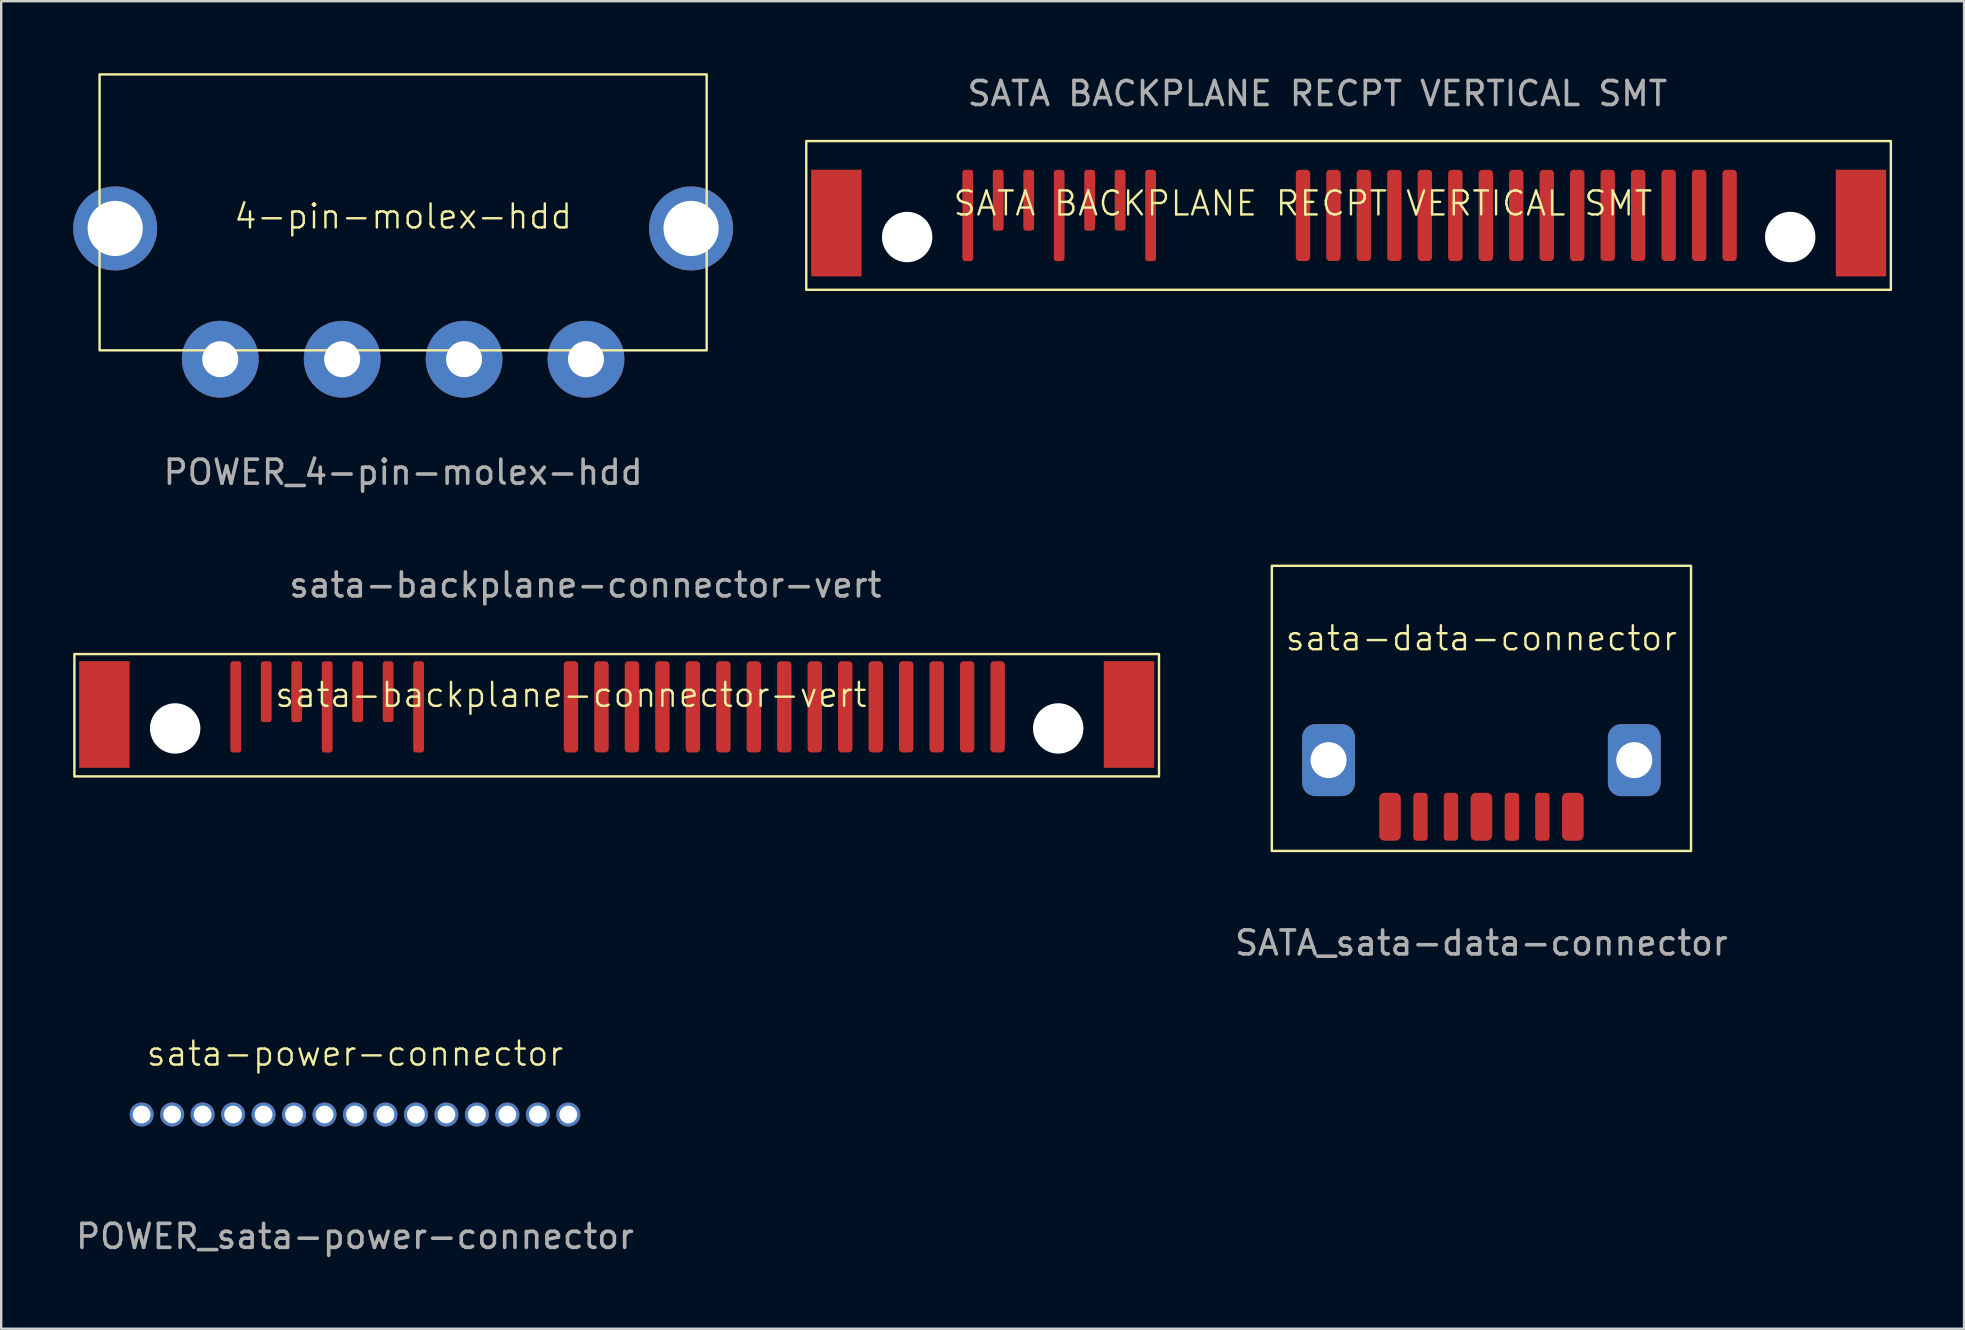
<source format=kicad_pcb>
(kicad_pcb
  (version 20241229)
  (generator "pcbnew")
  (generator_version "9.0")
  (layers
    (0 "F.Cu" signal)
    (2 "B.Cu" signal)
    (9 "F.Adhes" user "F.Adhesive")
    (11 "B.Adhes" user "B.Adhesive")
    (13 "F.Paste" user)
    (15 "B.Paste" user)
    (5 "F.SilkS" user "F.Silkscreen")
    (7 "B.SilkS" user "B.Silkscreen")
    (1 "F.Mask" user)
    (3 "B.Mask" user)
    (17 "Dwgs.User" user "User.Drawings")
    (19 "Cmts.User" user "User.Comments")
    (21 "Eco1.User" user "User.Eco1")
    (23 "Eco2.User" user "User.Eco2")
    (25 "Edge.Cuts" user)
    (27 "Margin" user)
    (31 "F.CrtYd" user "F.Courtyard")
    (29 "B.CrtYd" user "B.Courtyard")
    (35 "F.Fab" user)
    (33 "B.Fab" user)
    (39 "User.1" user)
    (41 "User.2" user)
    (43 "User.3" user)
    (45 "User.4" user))
  (footprint "sata-backplane-connector-vert"
    (layer "F.Cu")
    (at 23.885 26.407)
    (property "Reference" "sata-backplane-connector-vert" (at -3.14 -0.5 0) (unlocked yes) (layer "F.SilkS") (effects (font (size 1 1) (thickness 0.1))))
    (attr smd)
    (fp_rect (start 21.365 -2.2) (end -23.835 2.9) (stroke (width 0.1) (type default)) (fill no) (layer "F.SilkS"))
    (fp_text user "${REFERENCE}" (at -2.54 -5.08 0) (unlocked yes) (layer "F.Fab") (effects (font (size 1 1) (thickness 0.15))))
    (pad "" np_thru_hole circle (at -19.635 0.9) (size 2.1 2.1) (drill 2.1) (layers "*.Cu" "*.Mask"))
    (pad "" np_thru_hole circle (at 17.165 0.9) (size 2.1 2.1) (drill 2.1) (layers "*.Cu" "*.Mask"))
    (pad "1" smd roundrect (at -17.11 0.003) (size 0.45 3.805) (layers "F.Cu" "F.Mask" "F.Paste") (roundrect_rratio 0.25))
    (pad "2" smd roundrect (at -15.84 -0.632) (size 0.45 2.535) (layers "F.Cu" "F.Mask" "F.Paste") (roundrect_rratio 0.25))
    (pad "3" smd roundrect (at -14.57 -0.632) (size 0.45 2.535) (layers "F.Cu" "F.Mask" "F.Paste") (roundrect_rratio 0.25))
    (pad "4" smd roundrect (at -13.3 0.003) (size 0.45 3.805) (layers "F.Cu" "F.Mask" "F.Paste") (roundrect_rratio 0.25))
    (pad "5" smd roundrect (at -12.03 -0.632) (size 0.45 2.535) (layers "F.Cu" "F.Mask" "F.Paste") (roundrect_rratio 0.25))
    (pad "6" smd roundrect (at -10.76 -0.632) (size 0.45 2.535) (layers "F.Cu" "F.Mask" "F.Paste") (roundrect_rratio 0.25))
    (pad "7" smd roundrect (at -9.49 0.003) (size 0.45 3.805) (layers "F.Cu" "F.Mask" "F.Paste") (roundrect_rratio 0.25))
    (pad "8" smd roundrect (at -3.14 0) (size 0.6 3.8) (layers "F.Cu" "F.Mask" "F.Paste") (roundrect_rratio 0.25))
    (pad "9" smd roundrect (at -1.87 0) (size 0.6 3.8) (layers "F.Cu" "F.Mask" "F.Paste") (roundrect_rratio 0.25))
    (pad "10" smd roundrect (at -0.6 0) (size 0.6 3.8) (layers "F.Cu" "F.Mask" "F.Paste") (roundrect_rratio 0.25))
    (pad "11" smd roundrect (at 0.67 0) (size 0.6 3.8) (layers "F.Cu" "F.Mask" "F.Paste") (roundrect_rratio 0.25))
    (pad "12" smd roundrect (at 1.94 0) (size 0.6 3.8) (layers "F.Cu" "F.Mask" "F.Paste") (roundrect_rratio 0.25))
    (pad "13" smd roundrect (at 3.21 0) (size 0.6 3.8) (layers "F.Cu" "F.Mask" "F.Paste") (roundrect_rratio 0.25))
    (pad "14" smd roundrect (at 4.48 0) (size 0.6 3.8) (layers "F.Cu" "F.Mask" "F.Paste") (roundrect_rratio 0.25))
    (pad "15" smd roundrect (at 5.75 0) (size 0.6 3.8) (layers "F.Cu" "F.Mask" "F.Paste") (roundrect_rratio 0.25))
    (pad "16" smd roundrect (at 7.02 0) (size 0.6 3.8) (layers "F.Cu" "F.Mask" "F.Paste") (roundrect_rratio 0.25))
    (pad "17" smd roundrect (at 8.29 0) (size 0.6 3.8) (layers "F.Cu" "F.Mask" "F.Paste") (roundrect_rratio 0.25))
    (pad "18" smd roundrect (at 9.56 0) (size 0.6 3.8) (layers "F.Cu" "F.Mask" "F.Paste") (roundrect_rratio 0.25))
    (pad "19" smd roundrect (at 10.83 0) (size 0.6 3.8) (layers "F.Cu" "F.Mask" "F.Paste") (roundrect_rratio 0.25))
    (pad "20" smd roundrect (at 12.1 0) (size 0.6 3.8) (layers "F.Cu" "F.Mask" "F.Paste") (roundrect_rratio 0.25))
    (pad "21" smd roundrect (at 13.37 0) (size 0.6 3.8) (layers "F.Cu" "F.Mask" "F.Paste") (roundrect_rratio 0.25))
    (pad "22" smd roundrect (at 14.64 0) (size 0.6 3.8) (layers "F.Cu" "F.Mask" "F.Paste") (roundrect_rratio 0.25))
    (pad "23" smd rect (at -22.585 0.318) (size 2.1 4.445) (layers "F.Cu" "F.Mask" "F.Paste"))
    (pad "24" smd rect (at 20.115 0.318) (size 2.1 4.445) (layers "F.Cu" "F.Mask" "F.Paste")))
  (footprint "SATA BACKPLANE RECPT VERTICAL SMT"
    (layer "F.Cu")
    (at 54.39 5.928)
    (property "Reference" "SATA BACKPLANE RECPT VERTICAL SMT" (at -3.14 -0.5 0) (unlocked yes) (layer "F.SilkS") (effects (font (size 1 1) (thickness 0.1))))
    (attr smd)
    (fp_rect (start 21.36 -3.1) (end -23.84 3.1) (stroke (width 0.1) (type default)) (fill no) (layer "F.SilkS"))
    (fp_text user "${REFERENCE}" (at -2.54 -5.08 0) (unlocked yes) (layer "F.Fab") (effects (font (size 1 1) (thickness 0.15))))
    (pad "" np_thru_hole circle (at -19.635 0.9) (size 2.1 2.1) (drill 2.1) (layers "*.Cu" "*.Mask"))
    (pad "" np_thru_hole circle (at 17.165 0.9) (size 2.1 2.1) (drill 2.1) (layers "*.Cu" "*.Mask"))
    (pad "1" smd roundrect (at -17.11 0.003) (size 0.45 3.805) (layers "F.Cu" "F.Mask" "F.Paste") (roundrect_rratio 0.25))
    (pad "2" smd roundrect (at -15.84 -0.632) (size 0.45 2.535) (layers "F.Cu" "F.Mask" "F.Paste") (roundrect_rratio 0.25))
    (pad "3" smd roundrect (at -14.57 -0.632) (size 0.45 2.535) (layers "F.Cu" "F.Mask" "F.Paste") (roundrect_rratio 0.25))
    (pad "4" smd roundrect (at -13.3 0.003) (size 0.45 3.805) (layers "F.Cu" "F.Mask" "F.Paste") (roundrect_rratio 0.25))
    (pad "5" smd roundrect (at -12.03 -0.632) (size 0.45 2.535) (layers "F.Cu" "F.Mask" "F.Paste") (roundrect_rratio 0.25))
    (pad "6" smd roundrect (at -10.76 -0.632) (size 0.45 2.535) (layers "F.Cu" "F.Mask" "F.Paste") (roundrect_rratio 0.25))
    (pad "7" smd roundrect (at -9.49 0.003) (size 0.45 3.805) (layers "F.Cu" "F.Mask" "F.Paste") (roundrect_rratio 0.25))
    (pad "8" smd roundrect (at -3.14 0) (size 0.6 3.8) (layers "F.Cu" "F.Mask" "F.Paste") (roundrect_rratio 0.25))
    (pad "9" smd roundrect (at -1.87 0) (size 0.6 3.8) (layers "F.Cu" "F.Mask" "F.Paste") (roundrect_rratio 0.25))
    (pad "10" smd roundrect (at -0.6 0) (size 0.6 3.8) (layers "F.Cu" "F.Mask" "F.Paste") (roundrect_rratio 0.25))
    (pad "11" smd roundrect (at 0.67 0) (size 0.6 3.8) (layers "F.Cu" "F.Mask" "F.Paste") (roundrect_rratio 0.25))
    (pad "12" smd roundrect (at 1.94 0) (size 0.6 3.8) (layers "F.Cu" "F.Mask" "F.Paste") (roundrect_rratio 0.25))
    (pad "13" smd roundrect (at 3.21 0) (size 0.6 3.8) (layers "F.Cu" "F.Mask" "F.Paste") (roundrect_rratio 0.25))
    (pad "14" smd roundrect (at 4.48 0) (size 0.6 3.8) (layers "F.Cu" "F.Mask" "F.Paste") (roundrect_rratio 0.25))
    (pad "15" smd roundrect (at 5.75 0) (size 0.6 3.8) (layers "F.Cu" "F.Mask" "F.Paste") (roundrect_rratio 0.25))
    (pad "16" smd roundrect (at 7.02 0) (size 0.6 3.8) (layers "F.Cu" "F.Mask" "F.Paste") (roundrect_rratio 0.25))
    (pad "17" smd roundrect (at 8.29 0) (size 0.6 3.8) (layers "F.Cu" "F.Mask" "F.Paste") (roundrect_rratio 0.25))
    (pad "18" smd roundrect (at 9.56 0) (size 0.6 3.8) (layers "F.Cu" "F.Mask" "F.Paste") (roundrect_rratio 0.25))
    (pad "19" smd roundrect (at 10.83 0) (size 0.6 3.8) (layers "F.Cu" "F.Mask" "F.Paste") (roundrect_rratio 0.25))
    (pad "20" smd roundrect (at 12.1 0) (size 0.6 3.8) (layers "F.Cu" "F.Mask" "F.Paste") (roundrect_rratio 0.25))
    (pad "21" smd roundrect (at 13.37 0) (size 0.6 3.8) (layers "F.Cu" "F.Mask" "F.Paste") (roundrect_rratio 0.25))
    (pad "22" smd roundrect (at 14.64 0) (size 0.6 3.8) (layers "F.Cu" "F.Mask" "F.Paste") (roundrect_rratio 0.25))
    (pad "23" smd rect (at -22.585 0.318) (size 2.1 4.445) (layers "F.Cu" "F.Mask" "F.Paste"))
    (pad "24" smd rect (at 20.115 0.318) (size 2.1 4.445) (layers "F.Cu" "F.Mask" "F.Paste")))
  (footprint "sata-power-connector"
    (layer "F.Cu")
    (at 11.744 43.397)
    (property "Reference" "sata-power-connector" (at 0 -2.54 0) (unlocked yes) (layer "F.SilkS") (effects (font (size 1 1) (thickness 0.1))))
    (attr through_hole)
    (fp_text user "POWER_${REFERENCE}" (at 0 5.08 0) (unlocked yes) (layer "F.Fab") (effects (font (size 1 1) (thickness 0.15))))
    (pad "1" thru_hole circle (at 8.89 0) (size 1 1) (drill 0.74) (layers "*.Cu" "*.Mask"))
    (pad "2" thru_hole circle (at 7.62 0) (size 1 1) (drill 0.74) (layers "*.Cu" "*.Mask"))
    (pad "3" thru_hole circle (at 6.35 0) (size 1 1) (drill 0.74) (layers "*.Cu" "*.Mask"))
    (pad "4" thru_hole circle (at 5.08 0) (size 1 1) (drill 0.74) (layers "*.Cu" "*.Mask"))
    (pad "5" thru_hole circle (at 3.81 0) (size 1 1) (drill 0.74) (layers "*.Cu" "*.Mask"))
    (pad "6" thru_hole circle (at 2.54 0) (size 1 1) (drill 0.74) (layers "*.Cu" "*.Mask"))
    (pad "7" thru_hole circle (at 1.27 0) (size 1 1) (drill 0.74) (layers "*.Cu" "*.Mask"))
    (pad "8" thru_hole circle (at 0 0) (size 1 1) (drill 0.74) (layers "*.Cu" "*.Mask"))
    (pad "9" thru_hole circle (at -1.27 0) (size 1 1) (drill 0.74) (layers "*.Cu" "*.Mask"))
    (pad "10" thru_hole circle (at -2.54 0) (size 1 1) (drill 0.74) (layers "*.Cu" "*.Mask"))
    (pad "11" thru_hole circle (at -3.81 0) (size 1 1) (drill 0.74) (layers "*.Cu" "*.Mask"))
    (pad "12" thru_hole circle (at -5.08 0) (size 1 1) (drill 0.74) (layers "*.Cu" "*.Mask"))
    (pad "13" thru_hole circle (at -6.35 0) (size 1 1) (drill 0.74) (layers "*.Cu" "*.Mask"))
    (pad "14" thru_hole circle (at -7.62 0) (size 1 1) (drill 0.74) (layers "*.Cu" "*.Mask"))
    (pad "15" thru_hole circle (at -8.89 0) (size 1 1) (drill 0.74) (layers "*.Cu" "*.Mask")))
  (footprint "4-pin-molex-hdd"
    (layer "F.Cu")
    (at 13.75 6.47)
    (property "Reference" "4-pin-molex-hdd" (at 0 -0.5 0) (unlocked yes) (layer "F.SilkS") (effects (font (size 1 1) (thickness 0.1))))
    (attr through_hole)
    (fp_rect (start -12.65 -6.42) (end 12.65 5.08) (stroke (width 0.1) (type default)) (fill no) (layer "F.SilkS"))
    (fp_text user "POWER_${REFERENCE}" (at 0 10.16 0) (unlocked yes) (layer "F.Fab") (effects (font (size 1 1) (thickness 0.15))))
    (pad "1" thru_hole circle (at 7.62 5.45) (size 3.2 3.2) (drill 1.5) (layers "*.Cu" "*.Mask"))
    (pad "2" thru_hole circle (at 2.54 5.45) (size 3.2 3.2) (drill 1.5) (layers "*.Cu" "*.Mask"))
    (pad "3" thru_hole circle (at -2.54 5.45) (size 3.2 3.2) (drill 1.5) (layers "*.Cu" "*.Mask"))
    (pad "4" thru_hole circle (at -7.62 5.45) (size 3.2 3.2) (drill 1.5) (layers "*.Cu" "*.Mask"))
    (pad "5" thru_hole circle (at 12 0) (size 3.5 3.5) (drill 2.3) (layers "*.Cu" "*.Mask"))
    (pad "6" thru_hole circle (at -12 0) (size 3.5 3.5) (drill 2.3) (layers "*.Cu" "*.Mask")))
  (footprint "sata-data-connector"
    (layer "F.Cu")
    (at 58.687 28.628)
    (property "Reference" "sata-data-connector" (at 0 -5.08 0) (unlocked yes) (layer "F.SilkS") (effects (font (size 1 1) (thickness 0.1))))
    (attr smd)
    (fp_rect (start -8.735 -8.1) (end 8.735 3.785) (stroke (width 0.1) (type default)) (fill no) (layer "F.SilkS"))
    (fp_text user "SATA_${REFERENCE}" (at 0 7.62 0) (unlocked yes) (layer "F.Fab") (effects (font (size 1 1) (thickness 0.15))))
    (pad "1" smd roundrect (at -3.81 2.36) (size 0.9 2) (layers "F.Cu" "F.Mask" "F.Paste") (roundrect_rratio 0.25))
    (pad "2" smd roundrect (at -2.54 2.36) (size 0.6 2) (layers "F.Cu" "F.Mask" "F.Paste") (roundrect_rratio 0.25))
    (pad "3" smd roundrect (at -1.27 2.36) (size 0.6 2) (layers "F.Cu" "F.Mask" "F.Paste") (roundrect_rratio 0.25))
    (pad "4" smd roundrect (at 0 2.36) (size 0.9 2) (layers "F.Cu" "F.Mask" "F.Paste") (roundrect_rratio 0.25))
    (pad "5" smd roundrect (at 1.27 2.36) (size 0.6 2) (layers "F.Cu" "F.Mask" "F.Paste") (roundrect_rratio 0.25))
    (pad "6" smd roundrect (at 2.54 2.36) (size 0.6 2) (layers "F.Cu" "F.Mask" "F.Paste") (roundrect_rratio 0.25))
    (pad "7" smd roundrect (at 3.81 2.36) (size 0.9 2) (layers "F.Cu" "F.Mask" "F.Paste") (roundrect_rratio 0.25))
    (pad "8" thru_hole roundrect (at 6.37 0) (size 2.2 3) (drill 1.5) (layers "*.Cu" "*.Mask") (roundrect_rratio 0.25))
    (pad "9" thru_hole roundrect (at -6.37 0) (size 2.2 3) (drill 1.5) (layers "*.Cu" "*.Mask") (roundrect_rratio 0.25)))
  (gr_rect
    (start -3 -3)
    (end 78.8 52.325)
    (stroke (width 0.1) (type default))
    (fill no)
    (layer "Edge.Cuts")))
</source>
